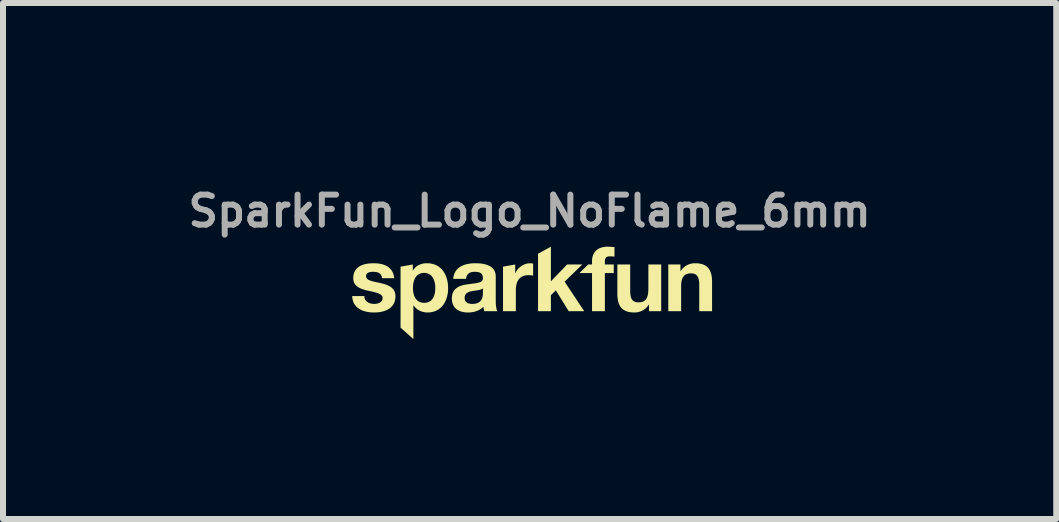
<source format=kicad_pcb>
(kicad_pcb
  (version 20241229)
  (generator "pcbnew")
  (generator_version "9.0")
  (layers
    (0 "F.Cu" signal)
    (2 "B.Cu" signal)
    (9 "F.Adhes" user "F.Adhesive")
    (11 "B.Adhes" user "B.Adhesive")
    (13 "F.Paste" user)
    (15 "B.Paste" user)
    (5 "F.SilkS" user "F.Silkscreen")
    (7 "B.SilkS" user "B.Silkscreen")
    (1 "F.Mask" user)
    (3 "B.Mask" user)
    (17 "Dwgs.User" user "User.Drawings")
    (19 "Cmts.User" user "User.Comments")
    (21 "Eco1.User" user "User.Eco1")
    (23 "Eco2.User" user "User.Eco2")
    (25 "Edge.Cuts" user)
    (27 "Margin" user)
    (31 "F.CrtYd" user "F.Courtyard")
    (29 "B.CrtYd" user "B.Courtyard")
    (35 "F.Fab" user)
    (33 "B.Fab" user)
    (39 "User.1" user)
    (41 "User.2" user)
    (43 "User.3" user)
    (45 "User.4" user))
  (footprint "SparkFun_Logo_NoFlame_6mm"
    (layer "F.Cu")
    (at 5.779 1.738)
    (property "Reference" "SparkFun_Logo_NoFlame_6mm" (at 0 -1.27 0) (layer "F.Fab") (effects (font (size 0.5 0.5) (thickness 0.1))))
    (attr board_only exclude_from_pos_files exclude_from_bom)
    (fp_poly (pts (xy 0.354 -0.099) (xy 0.624 -0.379) (xy 0.877 -0.379) (xy 0.583 -0.093) (xy 0.91 0.4) (xy 0.651 0.4) (xy 0.437 0.052) (xy 0.354 0.132) (xy 0.354 0.4) (xy 0.14 0.4) (xy 0.14 -0.559) (xy 0.354 -0.676)) (stroke (width 0) (type solid)) (fill yes) (layer "F.SilkS"))
    (fp_poly (pts (xy 0.014 -0.4) (xy 0.017 -0.4) (xy 0.02 -0.4) (xy 0.023 -0.4) (xy 0.029 -0.399) (xy 0.035 -0.398) (xy 0.041 -0.397) (xy 0.046 -0.396) (xy 0.052 -0.394) (xy 0.058 -0.393) (xy 0.058 -0.194) (xy 0.05 -0.195) (xy 0.041 -0.197) (xy 0.031 -0.198) (xy 0.021 -0.199) (xy 0.011 -0.2) (xy 0.001 -0.201) (xy -0.009 -0.201) (xy -0.019 -0.201) (xy -0.034 -0.201) (xy -0.048 -0.2) (xy -0.061 -0.198) (xy -0.074 -0.196) (xy -0.086 -0.193) (xy -0.097 -0.19) (xy -0.108 -0.186) (xy -0.119 -0.182) (xy -0.129 -0.177) (xy -0.138 -0.171) (xy -0.147 -0.165) (xy -0.156 -0.159) (xy -0.163 -0.152) (xy -0.171 -0.144) (xy -0.178 -0.136) (xy -0.184 -0.128) (xy -0.19 -0.119) (xy -0.195 -0.11) (xy -0.201 -0.101) (xy -0.205 -0.091) (xy -0.209 -0.081) (xy -0.213 -0.071) (xy -0.216 -0.06) (xy -0.219 -0.049) (xy -0.222 -0.037) (xy -0.224 -0.026) (xy -0.228 -0.002) (xy -0.23 0.023) (xy -0.23 0.049) (xy -0.23 0.4) (xy -0.444 0.4) (xy -0.444 -0.343) (xy -0.241 -0.379) (xy -0.241 -0.234) (xy -0.238 -0.234) (xy -0.234 -0.243) (xy -0.229 -0.252) (xy -0.225 -0.261) (xy -0.22 -0.27) (xy -0.214 -0.278) (xy -0.209 -0.286) (xy -0.203 -0.294) (xy -0.197 -0.302) (xy -0.19 -0.309) (xy -0.184 -0.316) (xy -0.177 -0.323) (xy -0.169 -0.33) (xy -0.162 -0.336) (xy -0.154 -0.342) (xy -0.146 -0.348) (xy -0.138 -0.354) (xy -0.13 -0.359) (xy -0.122 -0.364) (xy -0.113 -0.369) (xy -0.104 -0.374) (xy -0.095 -0.378) (xy -0.086 -0.381) (xy -0.077 -0.385) (xy -0.067 -0.388) (xy -0.058 -0.391) (xy -0.048 -0.393) (xy -0.039 -0.395) (xy -0.029 -0.397) (xy -0.019 -0.398) (xy -0.009 -0.399) (xy 0.001 -0.4) (xy 0.011 -0.4)) (stroke (width 0) (type solid)) (fill yes) (layer "F.SilkS"))
    (fp_poly (pts (xy 1.315 -0.676) (xy 1.329 -0.675) (xy 1.344 -0.674) (xy 1.358 -0.673) (xy 1.386 -0.671) (xy 1.4 -0.67) (xy 1.414 -0.67) (xy 1.414 -0.51) (xy 1.404 -0.511) (xy 1.394 -0.512) (xy 1.385 -0.513) (xy 1.375 -0.514) (xy 1.365 -0.514) (xy 1.355 -0.514) (xy 1.345 -0.515) (xy 1.336 -0.515) (xy 1.325 -0.514) (xy 1.32 -0.514) (xy 1.315 -0.513) (xy 1.311 -0.513) (xy 1.306 -0.512) (xy 1.302 -0.511) (xy 1.298 -0.51) (xy 1.294 -0.509) (xy 1.291 -0.507) (xy 1.287 -0.505) (xy 1.284 -0.504) (xy 1.281 -0.502) (xy 1.278 -0.499) (xy 1.275 -0.497) (xy 1.273 -0.494) (xy 1.27 -0.492) (xy 1.268 -0.489) (xy 1.266 -0.486) (xy 1.264 -0.482) (xy 1.263 -0.479) (xy 1.261 -0.475) (xy 1.26 -0.471) (xy 1.259 -0.467) (xy 1.257 -0.463) (xy 1.257 -0.458) (xy 1.256 -0.453) (xy 1.255 -0.448) (xy 1.254 -0.437) (xy 1.254 -0.426) (xy 1.254 -0.379) (xy 1.402 -0.379) (xy 1.402 -0.236) (xy 1.254 -0.236) (xy 1.254 0.4) (xy 1.04 0.4) (xy 1.04 -0.236) (xy 0.829 -0.236) (xy 0.975 -0.379) (xy 1.04 -0.379) (xy 1.04 -0.439) (xy 1.04 -0.452) (xy 1.041 -0.465) (xy 1.042 -0.477) (xy 1.044 -0.489) (xy 1.046 -0.501) (xy 1.049 -0.513) (xy 1.053 -0.524) (xy 1.056 -0.535) (xy 1.061 -0.545) (xy 1.065 -0.556) (xy 1.071 -0.565) (xy 1.077 -0.575) (xy 1.083 -0.584) (xy 1.09 -0.593) (xy 1.097 -0.601) (xy 1.105 -0.61) (xy 1.113 -0.617) (xy 1.122 -0.624) (xy 1.132 -0.631) (xy 1.142 -0.638) (xy 1.152 -0.643) (xy 1.163 -0.649) (xy 1.174 -0.654) (xy 1.186 -0.658) (xy 1.199 -0.662) (xy 1.212 -0.666) (xy 1.225 -0.669) (xy 1.239 -0.671) (xy 1.254 -0.673) (xy 1.269 -0.675) (xy 1.285 -0.676) (xy 1.301 -0.676)) (stroke (width 0) (type solid)) (fill yes) (layer "F.SilkS"))
    (fp_poly (pts (xy 1.676 0.061) (xy 1.676 0.084) (xy 1.678 0.106) (xy 1.68 0.126) (xy 1.683 0.145) (xy 1.687 0.162) (xy 1.693 0.178) (xy 1.696 0.185) (xy 1.699 0.192) (xy 1.703 0.198) (xy 1.706 0.205) (xy 1.711 0.21) (xy 1.715 0.216) (xy 1.72 0.221) (xy 1.725 0.225) (xy 1.731 0.23) (xy 1.736 0.234) (xy 1.742 0.237) (xy 1.749 0.24) (xy 1.756 0.243) (xy 1.763 0.245) (xy 1.77 0.248) (xy 1.778 0.249) (xy 1.786 0.25) (xy 1.795 0.251) (xy 1.804 0.252) (xy 1.813 0.252) (xy 1.823 0.252) (xy 1.834 0.251) (xy 1.844 0.25) (xy 1.853 0.249) (xy 1.862 0.247) (xy 1.871 0.245) (xy 1.88 0.243) (xy 1.888 0.24) (xy 1.895 0.236) (xy 1.903 0.232) (xy 1.91 0.228) (xy 1.916 0.223) (xy 1.923 0.218) (xy 1.928 0.213) (xy 1.934 0.207) (xy 1.939 0.2) (xy 1.944 0.193) (xy 1.949 0.186) (xy 1.953 0.178) (xy 1.957 0.169) (xy 1.96 0.16) (xy 1.963 0.151) (xy 1.966 0.141) (xy 1.969 0.131) (xy 1.971 0.12) (xy 1.973 0.109) (xy 1.975 0.097) (xy 1.976 0.084) (xy 1.977 0.071) (xy 1.978 0.058) (xy 1.979 0.029) (xy 1.979 -0.379) (xy 2.193 -0.379) (xy 2.193 0.4) (xy 1.989 0.4) (xy 1.989 0.291) (xy 1.985 0.291) (xy 1.979 0.3) (xy 1.974 0.307) (xy 1.968 0.315) (xy 1.962 0.322) (xy 1.956 0.33) (xy 1.95 0.336) (xy 1.944 0.343) (xy 1.937 0.349) (xy 1.93 0.355) (xy 1.924 0.361) (xy 1.916 0.366) (xy 1.909 0.371) (xy 1.894 0.381) (xy 1.879 0.389) (xy 1.863 0.397) (xy 1.847 0.403) (xy 1.831 0.409) (xy 1.814 0.413) (xy 1.797 0.417) (xy 1.78 0.419) (xy 1.763 0.42) (xy 1.746 0.421) (xy 1.726 0.421) (xy 1.706 0.419) (xy 1.687 0.418) (xy 1.669 0.415) (xy 1.652 0.412) (xy 1.636 0.408) (xy 1.62 0.403) (xy 1.606 0.398) (xy 1.592 0.392) (xy 1.58 0.385) (xy 1.568 0.378) (xy 1.556 0.37) (xy 1.546 0.362) (xy 1.536 0.353) (xy 1.527 0.343) (xy 1.519 0.333) (xy 1.511 0.322) (xy 1.504 0.311) (xy 1.498 0.299) (xy 1.492 0.286) (xy 1.487 0.273) (xy 1.482 0.26) (xy 1.478 0.246) (xy 1.474 0.232) (xy 1.469 0.201) (xy 1.465 0.169) (xy 1.462 0.136) (xy 1.462 0.1) (xy 1.462 -0.379) (xy 1.676 -0.379)) (stroke (width 0) (type solid)) (fill yes) (layer "F.SilkS"))
    (fp_poly (pts (xy 2.777 -0.4) (xy 2.797 -0.399) (xy 2.816 -0.397) (xy 2.834 -0.394) (xy 2.851 -0.391) (xy 2.867 -0.387) (xy 2.883 -0.382) (xy 2.897 -0.377) (xy 2.911 -0.371) (xy 2.923 -0.364) (xy 2.935 -0.357) (xy 2.947 -0.349) (xy 2.957 -0.341) (xy 2.967 -0.332) (xy 2.976 -0.322) (xy 2.984 -0.312) (xy 2.992 -0.301) (xy 2.999 -0.29) (xy 3.005 -0.278) (xy 3.011 -0.265) (xy 3.016 -0.253) (xy 3.021 -0.239) (xy 3.025 -0.225) (xy 3.029 -0.211) (xy 3.035 -0.18) (xy 3.038 -0.148) (xy 3.041 -0.115) (xy 3.041 -0.079) (xy 3.041 0.4) (xy 2.827 0.4) (xy 2.827 -0.04) (xy 2.827 -0.063) (xy 2.826 -0.085) (xy 2.823 -0.105) (xy 2.82 -0.124) (xy 2.816 -0.141) (xy 2.811 -0.157) (xy 2.808 -0.164) (xy 2.804 -0.171) (xy 2.801 -0.178) (xy 2.797 -0.184) (xy 2.792 -0.189) (xy 2.788 -0.195) (xy 2.783 -0.2) (xy 2.778 -0.205) (xy 2.773 -0.209) (xy 2.767 -0.213) (xy 2.761 -0.216) (xy 2.754 -0.219) (xy 2.747 -0.222) (xy 2.74 -0.225) (xy 2.733 -0.227) (xy 2.725 -0.228) (xy 2.717 -0.23) (xy 2.708 -0.231) (xy 2.7 -0.231) (xy 2.69 -0.231) (xy 2.68 -0.231) (xy 2.669 -0.231) (xy 2.659 -0.23) (xy 2.65 -0.228) (xy 2.641 -0.227) (xy 2.632 -0.224) (xy 2.624 -0.222) (xy 2.615 -0.219) (xy 2.608 -0.215) (xy 2.6 -0.212) (xy 2.594 -0.207) (xy 2.587 -0.203) (xy 2.581 -0.197) (xy 2.575 -0.192) (xy 2.569 -0.186) (xy 2.564 -0.179) (xy 2.559 -0.172) (xy 2.555 -0.165) (xy 2.55 -0.157) (xy 2.547 -0.148) (xy 2.543 -0.14) (xy 2.54 -0.13) (xy 2.537 -0.12) (xy 2.534 -0.11) (xy 2.532 -0.099) (xy 2.53 -0.088) (xy 2.528 -0.076) (xy 2.527 -0.063) (xy 2.526 -0.05) (xy 2.525 -0.037) (xy 2.525 -0.008) (xy 2.525 0.4) (xy 2.311 0.4) (xy 2.311 -0.379) (xy 2.514 -0.379) (xy 2.514 -0.271) (xy 2.519 -0.271) (xy 2.524 -0.279) (xy 2.529 -0.287) (xy 2.535 -0.294) (xy 2.541 -0.302) (xy 2.547 -0.309) (xy 2.553 -0.315) (xy 2.559 -0.322) (xy 2.566 -0.328) (xy 2.573 -0.334) (xy 2.58 -0.34) (xy 2.587 -0.345) (xy 2.594 -0.351) (xy 2.609 -0.36) (xy 2.624 -0.369) (xy 2.64 -0.376) (xy 2.656 -0.382) (xy 2.672 -0.388) (xy 2.689 -0.392) (xy 2.706 -0.396) (xy 2.723 -0.398) (xy 2.74 -0.4) (xy 2.757 -0.4)) (stroke (width 0) (type solid)) (fill yes) (layer "F.SilkS"))
    (fp_poly (pts (xy -1.691 -0.399) (xy -1.669 -0.398) (xy -1.648 -0.395) (xy -1.628 -0.391) (xy -1.608 -0.386) (xy -1.59 -0.38) (xy -1.572 -0.374) (xy -1.555 -0.366) (xy -1.538 -0.357) (xy -1.523 -0.348) (xy -1.508 -0.337) (xy -1.494 -0.326) (xy -1.48 -0.314) (xy -1.468 -0.301) (xy -1.456 -0.288) (xy -1.445 -0.274) (xy -1.434 -0.259) (xy -1.424 -0.244) (xy -1.415 -0.228) (xy -1.407 -0.211) (xy -1.399 -0.194) (xy -1.392 -0.177) (xy -1.386 -0.159) (xy -1.38 -0.14) (xy -1.375 -0.121) (xy -1.371 -0.102) (xy -1.364 -0.063) (xy -1.36 -0.023) (xy -1.359 0.019) (xy -1.36 0.057) (xy -1.364 0.096) (xy -1.371 0.133) (xy -1.38 0.169) (xy -1.392 0.204) (xy -1.407 0.237) (xy -1.415 0.253) (xy -1.424 0.269) (xy -1.434 0.284) (xy -1.444 0.298) (xy -1.455 0.312) (xy -1.467 0.325) (xy -1.479 0.337) (xy -1.492 0.349) (xy -1.506 0.359) (xy -1.52 0.37) (xy -1.535 0.379) (xy -1.551 0.387) (xy -1.567 0.395) (xy -1.584 0.402) (xy -1.602 0.407) (xy -1.621 0.412) (xy -1.64 0.416) (xy -1.66 0.419) (xy -1.68 0.42) (xy -1.701 0.421) (xy -1.719 0.42) (xy -1.736 0.419) (xy -1.753 0.417) (xy -1.77 0.413) (xy -1.787 0.409) (xy -1.803 0.404) (xy -1.818 0.398) (xy -1.834 0.391) (xy -1.848 0.383) (xy -1.863 0.374) (xy -1.876 0.365) (xy -1.889 0.354) (xy -1.902 0.343) (xy -1.913 0.331) (xy -1.924 0.318) (xy -1.935 0.304) (xy -1.938 0.304) (xy -1.938 0.864) (xy -2.152 0.674) (xy -2.152 0.013) (xy -1.945 0.013) (xy -1.945 0.036) (xy -1.943 0.06) (xy -1.94 0.082) (xy -1.935 0.105) (xy -1.93 0.126) (xy -1.923 0.146) (xy -1.914 0.166) (xy -1.909 0.175) (xy -1.904 0.184) (xy -1.898 0.192) (xy -1.892 0.2) (xy -1.885 0.208) (xy -1.878 0.215) (xy -1.871 0.222) (xy -1.863 0.228) (xy -1.855 0.234) (xy -1.846 0.239) (xy -1.837 0.244) (xy -1.827 0.248) (xy -1.817 0.251) (xy -1.806 0.254) (xy -1.795 0.257) (xy -1.783 0.258) (xy -1.771 0.259) (xy -1.758 0.26) (xy -1.745 0.259) (xy -1.733 0.258) (xy -1.721 0.257) (xy -1.71 0.254) (xy -1.699 0.251) (xy -1.689 0.248) (xy -1.679 0.244) (xy -1.67 0.239) (xy -1.662 0.234) (xy -1.653 0.228) (xy -1.645 0.222) (xy -1.638 0.215) (xy -1.631 0.208) (xy -1.625 0.2) (xy -1.619 0.192) (xy -1.613 0.184) (xy -1.608 0.175) (xy -1.603 0.166) (xy -1.599 0.156) (xy -1.595 0.146) (xy -1.591 0.136) (xy -1.588 0.126) (xy -1.585 0.115) (xy -1.582 0.105) (xy -1.578 0.082) (xy -1.575 0.06) (xy -1.574 0.036) (xy -1.573 0.013) (xy -1.574 -0.011) (xy -1.575 -0.034) (xy -1.579 -0.057) (xy -1.583 -0.079) (xy -1.589 -0.101) (xy -1.596 -0.122) (xy -1.605 -0.142) (xy -1.61 -0.151) (xy -1.615 -0.16) (xy -1.621 -0.169) (xy -1.627 -0.177) (xy -1.633 -0.185) (xy -1.64 -0.192) (xy -1.648 -0.199) (xy -1.656 -0.206) (xy -1.664 -0.212) (xy -1.673 -0.217) (xy -1.682 -0.222) (xy -1.692 -0.226) (xy -1.702 -0.23) (xy -1.712 -0.233) (xy -1.724 -0.236) (xy -1.735 -0.237) (xy -1.747 -0.239) (xy -1.76 -0.239) (xy -1.773 -0.239) (xy -1.785 -0.237) (xy -1.797 -0.236) (xy -1.808 -0.233) (xy -1.819 -0.23) (xy -1.829 -0.227) (xy -1.839 -0.222) (xy -1.848 -0.217) (xy -1.857 -0.212) (xy -1.865 -0.206) (xy -1.873 -0.2) (xy -1.88 -0.193) (xy -1.887 -0.185) (xy -1.893 -0.177) (xy -1.899 -0.169) (xy -1.905 -0.161) (xy -1.91 -0.152) (xy -1.915 -0.142) (xy -1.919 -0.132) (xy -1.923 -0.122) (xy -1.927 -0.112) (xy -1.93 -0.102) (xy -1.933 -0.091) (xy -1.936 -0.08) (xy -1.94 -0.057) (xy -1.943 -0.034) (xy -1.945 -0.011) (xy -1.945 0.013) (xy -2.152 0.013) (xy -2.152 -0.343) (xy -1.948 -0.379) (xy -1.948 -0.28) (xy -1.945 -0.28) (xy -1.94 -0.287) (xy -1.935 -0.295) (xy -1.93 -0.302) (xy -1.924 -0.309) (xy -1.918 -0.316) (xy -1.912 -0.322) (xy -1.906 -0.328) (xy -1.9 -0.334) (xy -1.894 -0.34) (xy -1.887 -0.345) (xy -1.881 -0.35) (xy -1.874 -0.355) (xy -1.867 -0.359) (xy -1.86 -0.364) (xy -1.853 -0.368) (xy -1.845 -0.371) (xy -1.838 -0.375) (xy -1.83 -0.378) (xy -1.815 -0.384) (xy -1.799 -0.389) (xy -1.783 -0.393) (xy -1.766 -0.396) (xy -1.749 -0.398) (xy -1.731 -0.4) (xy -1.713 -0.4)) (stroke (width 0) (type solid)) (fill yes) (layer "F.SilkS"))
    (fp_poly (pts (xy -0.878 -0.4) (xy -0.848 -0.398) (xy -0.818 -0.396) (xy -0.788 -0.392) (xy -0.759 -0.386) (xy -0.731 -0.379) (xy -0.704 -0.37) (xy -0.678 -0.359) (xy -0.666 -0.353) (xy -0.654 -0.346) (xy -0.643 -0.339) (xy -0.633 -0.331) (xy -0.623 -0.322) (xy -0.613 -0.313) (xy -0.605 -0.303) (xy -0.597 -0.292) (xy -0.59 -0.281) (xy -0.584 -0.268) (xy -0.578 -0.256) (xy -0.574 -0.242) (xy -0.57 -0.227) (xy -0.567 -0.212) (xy -0.566 -0.196) (xy -0.565 -0.179) (xy -0.565 0.227) (xy -0.565 0.253) (xy -0.564 0.279) (xy -0.562 0.304) (xy -0.559 0.328) (xy -0.557 0.339) (xy -0.555 0.35) (xy -0.553 0.36) (xy -0.551 0.369) (xy -0.548 0.378) (xy -0.545 0.386) (xy -0.542 0.394) (xy -0.538 0.4) (xy -0.755 0.4) (xy -0.758 0.391) (xy -0.76 0.382) (xy -0.763 0.372) (xy -0.765 0.363) (xy -0.767 0.353) (xy -0.768 0.344) (xy -0.77 0.334) (xy -0.77 0.325) (xy -0.783 0.337) (xy -0.797 0.349) (xy -0.811 0.36) (xy -0.826 0.37) (xy -0.842 0.378) (xy -0.858 0.386) (xy -0.874 0.393) (xy -0.891 0.399) (xy -0.908 0.405) (xy -0.925 0.409) (xy -0.943 0.413) (xy -0.96 0.416) (xy -0.978 0.418) (xy -0.996 0.42) (xy -1.014 0.421) (xy -1.032 0.421) (xy -1.06 0.42) (xy -1.087 0.417) (xy -1.112 0.413) (xy -1.137 0.407) (xy -1.149 0.403) (xy -1.16 0.399) (xy -1.171 0.394) (xy -1.182 0.389) (xy -1.192 0.384) (xy -1.202 0.378) (xy -1.212 0.371) (xy -1.221 0.364) (xy -1.23 0.357) (xy -1.238 0.349) (xy -1.246 0.34) (xy -1.253 0.332) (xy -1.26 0.322) (xy -1.266 0.312) (xy -1.272 0.302) (xy -1.277 0.291) (xy -1.282 0.28) (xy -1.286 0.268) (xy -1.289 0.256) (xy -1.292 0.243) (xy -1.294 0.23) (xy -1.296 0.216) (xy -1.297 0.202) (xy -1.297 0.187) (xy -1.297 0.178) (xy -1.084 0.178) (xy -1.084 0.186) (xy -1.083 0.192) (xy -1.082 0.199) (xy -1.081 0.205) (xy -1.079 0.211) (xy -1.078 0.217) (xy -1.075 0.222) (xy -1.073 0.227) (xy -1.07 0.232) (xy -1.067 0.236) (xy -1.064 0.24) (xy -1.06 0.244) (xy -1.057 0.248) (xy -1.053 0.251) (xy -1.049 0.255) (xy -1.044 0.258) (xy -1.039 0.26) (xy -1.035 0.263) (xy -1.03 0.265) (xy -1.024 0.267) (xy -1.019 0.269) (xy -1.014 0.271) (xy -1.008 0.272) (xy -1.002 0.273) (xy -0.99 0.275) (xy -0.978 0.277) (xy -0.965 0.278) (xy -0.952 0.278) (xy -0.937 0.277) (xy -0.923 0.276) (xy -0.91 0.275) (xy -0.897 0.272) (xy -0.885 0.269) (xy -0.874 0.265) (xy -0.864 0.261) (xy -0.855 0.257) (xy -0.846 0.252) (xy -0.838 0.246) (xy -0.831 0.24) (xy -0.824 0.234) (xy -0.818 0.227) (xy -0.813 0.221) (xy -0.808 0.213) (xy -0.803 0.206) (xy -0.799 0.199) (xy -0.796 0.192) (xy -0.793 0.184) (xy -0.79 0.176) (xy -0.786 0.162) (xy -0.783 0.147) (xy -0.781 0.133) (xy -0.78 0.12) (xy -0.779 0.099) (xy -0.779 0.019) (xy -0.783 0.022) (xy -0.787 0.024) (xy -0.79 0.027) (xy -0.795 0.029) (xy -0.803 0.034) (xy -0.813 0.037) (xy -0.823 0.041) (xy -0.834 0.044) (xy -0.845 0.046) (xy -0.857 0.049) (xy -0.957 0.064) (xy -0.969 0.066) (xy -0.982 0.069) (xy -0.993 0.072) (xy -1.005 0.076) (xy -1.016 0.08) (xy -1.026 0.085) (xy -1.036 0.09) (xy -1.041 0.093) (xy -1.045 0.096) (xy -1.05 0.1) (xy -1.054 0.103) (xy -1.057 0.107) (xy -1.061 0.111) (xy -1.065 0.115) (xy -1.068 0.12) (xy -1.071 0.124) (xy -1.073 0.129) (xy -1.076 0.134) (xy -1.078 0.14) (xy -1.079 0.146) (xy -1.081 0.152) (xy -1.082 0.158) (xy -1.083 0.164) (xy -1.084 0.171) (xy -1.084 0.178) (xy -1.297 0.178) (xy -1.296 0.156) (xy -1.291 0.127) (xy -1.284 0.101) (xy -1.274 0.078) (xy -1.262 0.058) (xy -1.248 0.04) (xy -1.232 0.024) (xy -1.214 0.01) (xy -1.195 -0.002) (xy -1.174 -0.013) (xy -1.153 -0.022) (xy -1.13 -0.029) (xy -1.107 -0.036) (xy -1.083 -0.041) (xy -1.034 -0.049) (xy -0.939 -0.061) (xy -0.895 -0.067) (xy -0.856 -0.075) (xy -0.839 -0.08) (xy -0.824 -0.086) (xy -0.81 -0.093) (xy -0.799 -0.101) (xy -0.79 -0.111) (xy -0.784 -0.123) (xy -0.78 -0.136) (xy -0.779 -0.151) (xy -0.779 -0.16) (xy -0.78 -0.168) (xy -0.781 -0.175) (xy -0.782 -0.182) (xy -0.784 -0.189) (xy -0.786 -0.195) (xy -0.788 -0.201) (xy -0.79 -0.206) (xy -0.793 -0.211) (xy -0.796 -0.216) (xy -0.8 -0.22) (xy -0.803 -0.225) (xy -0.807 -0.228) (xy -0.811 -0.232) (xy -0.816 -0.235) (xy -0.82 -0.238) (xy -0.825 -0.241) (xy -0.83 -0.243) (xy -0.836 -0.246) (xy -0.841 -0.247) (xy -0.847 -0.249) (xy -0.852 -0.251) (xy -0.858 -0.252) (xy -0.864 -0.253) (xy -0.877 -0.255) (xy -0.89 -0.256) (xy -0.904 -0.257) (xy -0.918 -0.257) (xy -0.933 -0.257) (xy -0.947 -0.255) (xy -0.961 -0.253) (xy -0.974 -0.251) (xy -0.98 -0.249) (xy -0.986 -0.247) (xy -0.992 -0.245) (xy -0.997 -0.242) (xy -1.002 -0.239) (xy -1.007 -0.236) (xy -1.012 -0.233) (xy -1.017 -0.23) (xy -1.021 -0.226) (xy -1.026 -0.222) (xy -1.029 -0.218) (xy -1.033 -0.214) (xy -1.037 -0.209) (xy -1.04 -0.204) (xy -1.043 -0.199) (xy -1.046 -0.193) (xy -1.048 -0.188) (xy -1.051 -0.182) (xy -1.053 -0.175) (xy -1.055 -0.169) (xy -1.056 -0.162) (xy -1.058 -0.155) (xy -1.059 -0.147) (xy -1.06 -0.139) (xy -1.274 -0.139) (xy -1.272 -0.158) (xy -1.269 -0.175) (xy -1.266 -0.192) (xy -1.261 -0.208) (xy -1.256 -0.223) (xy -1.25 -0.237) (xy -1.243 -0.251) (xy -1.236 -0.264) (xy -1.227 -0.276) (xy -1.218 -0.288) (xy -1.209 -0.299) (xy -1.198 -0.309) (xy -1.188 -0.319) (xy -1.176 -0.328) (xy -1.164 -0.336) (xy -1.151 -0.344) (xy -1.138 -0.352) (xy -1.125 -0.358) (xy -1.111 -0.364) (xy -1.097 -0.37) (xy -1.082 -0.375) (xy -1.067 -0.38) (xy -1.052 -0.384) (xy -1.037 -0.387) (xy -1.005 -0.393) (xy -0.973 -0.397) (xy -0.94 -0.399) (xy -0.907 -0.4)) (stroke (width 0) (type solid)) (fill yes) (layer "F.SilkS"))
    (fp_poly (pts (xy -2.57 -0.399) (xy -2.539 -0.397) (xy -2.509 -0.394) (xy -2.479 -0.388) (xy -2.451 -0.381) (xy -2.423 -0.372) (xy -2.397 -0.361) (xy -2.385 -0.354) (xy -2.373 -0.348) (xy -2.361 -0.34) (xy -2.35 -0.332) (xy -2.34 -0.323) (xy -2.33 -0.314) (xy -2.32 -0.304) (xy -2.311 -0.294) (xy -2.303 -0.283) (xy -2.295 -0.271) (xy -2.288 -0.259) (xy -2.282 -0.245) (xy -2.276 -0.232) (xy -2.271 -0.217) (xy -2.266 -0.202) (xy -2.263 -0.186) (xy -2.26 -0.169) (xy -2.258 -0.151) (xy -2.461 -0.151) (xy -2.462 -0.159) (xy -2.463 -0.166) (xy -2.465 -0.173) (xy -2.466 -0.18) (xy -2.468 -0.186) (xy -2.471 -0.192) (xy -2.473 -0.198) (xy -2.476 -0.203) (xy -2.479 -0.208) (xy -2.483 -0.213) (xy -2.486 -0.217) (xy -2.49 -0.221) (xy -2.494 -0.225) (xy -2.499 -0.229) (xy -2.503 -0.232) (xy -2.508 -0.235) (xy -2.513 -0.238) (xy -2.518 -0.241) (xy -2.524 -0.243) (xy -2.529 -0.246) (xy -2.535 -0.247) (xy -2.541 -0.249) (xy -2.547 -0.251) (xy -2.553 -0.252) (xy -2.566 -0.254) (xy -2.58 -0.256) (xy -2.593 -0.257) (xy -2.608 -0.257) (xy -2.617 -0.257) (xy -2.627 -0.257) (xy -2.637 -0.256) (xy -2.647 -0.255) (xy -2.657 -0.253) (xy -2.667 -0.251) (xy -2.676 -0.249) (xy -2.685 -0.245) (xy -2.69 -0.243) (xy -2.694 -0.241) (xy -2.698 -0.239) (xy -2.702 -0.236) (xy -2.705 -0.233) (xy -2.709 -0.23) (xy -2.712 -0.227) (xy -2.715 -0.223) (xy -2.718 -0.219) (xy -2.72 -0.215) (xy -2.722 -0.211) (xy -2.724 -0.206) (xy -2.725 -0.201) (xy -2.726 -0.196) (xy -2.727 -0.19) (xy -2.727 -0.185) (xy -2.726 -0.178) (xy -2.725 -0.171) (xy -2.724 -0.165) (xy -2.721 -0.159) (xy -2.718 -0.153) (xy -2.715 -0.148) (xy -2.711 -0.143) (xy -2.706 -0.138) (xy -2.701 -0.134) (xy -2.695 -0.129) (xy -2.689 -0.125) (xy -2.682 -0.122) (xy -2.675 -0.118) (xy -2.667 -0.115) (xy -2.659 -0.112) (xy -2.651 -0.109) (xy -2.633 -0.103) (xy -2.614 -0.098) (xy -2.594 -0.093) (xy -2.573 -0.088) (xy -2.529 -0.079) (xy -2.507 -0.074) (xy -2.484 -0.069) (xy -2.461 -0.063) (xy -2.438 -0.057) (xy -2.415 -0.05) (xy -2.393 -0.043) (xy -2.371 -0.034) (xy -2.351 -0.025) (xy -2.332 -0.015) (xy -2.314 -0.003) (xy -2.305 0.003) (xy -2.297 0.01) (xy -2.29 0.017) (xy -2.282 0.025) (xy -2.275 0.033) (xy -2.269 0.041) (xy -2.263 0.05) (xy -2.258 0.059) (xy -2.253 0.068) (xy -2.249 0.078) (xy -2.246 0.089) (xy -2.243 0.1) (xy -2.24 0.112) (xy -2.238 0.124) (xy -2.237 0.137) (xy -2.237 0.15) (xy -2.238 0.169) (xy -2.239 0.187) (xy -2.242 0.204) (xy -2.245 0.22) (xy -2.249 0.236) (xy -2.255 0.251) (xy -2.261 0.265) (xy -2.268 0.279) (xy -2.276 0.291) (xy -2.284 0.304) (xy -2.293 0.315) (xy -2.303 0.326) (xy -2.314 0.336) (xy -2.325 0.345) (xy -2.336 0.354) (xy -2.349 0.362) (xy -2.362 0.37) (xy -2.375 0.377) (xy -2.389 0.383) (xy -2.403 0.389) (xy -2.417 0.395) (xy -2.432 0.399) (xy -2.447 0.404) (xy -2.463 0.407) (xy -2.494 0.414) (xy -2.527 0.418) (xy -2.56 0.42) (xy -2.593 0.421) (xy -2.626 0.42) (xy -2.66 0.418) (xy -2.693 0.413) (xy -2.725 0.407) (xy -2.756 0.399) (xy -2.786 0.389) (xy -2.814 0.376) (xy -2.828 0.369) (xy -2.841 0.361) (xy -2.853 0.353) (xy -2.865 0.344) (xy -2.876 0.334) (xy -2.887 0.324) (xy -2.897 0.313) (xy -2.907 0.302) (xy -2.916 0.29) (xy -2.924 0.277) (xy -2.931 0.263) (xy -2.938 0.249) (xy -2.943 0.234) (xy -2.948 0.218) (xy -2.952 0.201) (xy -2.955 0.184) (xy -2.957 0.166) (xy -2.959 0.147) (xy -2.755 0.147) (xy -2.755 0.155) (xy -2.754 0.163) (xy -2.753 0.171) (xy -2.752 0.179) (xy -2.75 0.186) (xy -2.747 0.193) (xy -2.745 0.2) (xy -2.741 0.206) (xy -2.738 0.212) (xy -2.734 0.218) (xy -2.73 0.223) (xy -2.725 0.229) (xy -2.72 0.234) (xy -2.715 0.238) (xy -2.71 0.243) (xy -2.704 0.247) (xy -2.698 0.251) (xy -2.692 0.254) (xy -2.686 0.258) (xy -2.679 0.261) (xy -2.673 0.263) (xy -2.666 0.266) (xy -2.659 0.268) (xy -2.652 0.27) (xy -2.644 0.272) (xy -2.637 0.274) (xy -2.622 0.276) (xy -2.607 0.277) (xy -2.591 0.278) (xy -2.58 0.278) (xy -2.568 0.277) (xy -2.556 0.275) (xy -2.544 0.273) (xy -2.532 0.27) (xy -2.52 0.266) (xy -2.509 0.262) (xy -2.498 0.256) (xy -2.493 0.253) (xy -2.489 0.25) (xy -2.484 0.247) (xy -2.479 0.243) (xy -2.475 0.239) (xy -2.471 0.235) (xy -2.468 0.231) (xy -2.464 0.226) (xy -2.461 0.221) (xy -2.459 0.216) (xy -2.456 0.21) (xy -2.455 0.204) (xy -2.453 0.198) (xy -2.452 0.192) (xy -2.451 0.185) (xy -2.451 0.179) (xy -2.451 0.173) (xy -2.452 0.167) (xy -2.453 0.161) (xy -2.455 0.156) (xy -2.457 0.151) (xy -2.46 0.146) (xy -2.464 0.141) (xy -2.467 0.137) (xy -2.472 0.132) (xy -2.477 0.128) (xy -2.482 0.124) (xy -2.488 0.12) (xy -2.494 0.116) (xy -2.5 0.113) (xy -2.508 0.109) (xy -2.515 0.106) (xy -2.523 0.102) (xy -2.532 0.099) (xy -2.541 0.096) (xy -2.55 0.093) (xy -2.57 0.087) (xy -2.591 0.081) (xy -2.615 0.075) (xy -2.639 0.07) (xy -2.666 0.064) (xy -2.694 0.058) (xy -2.74 0.047) (xy -2.763 0.04) (xy -2.785 0.033) (xy -2.806 0.025) (xy -2.827 0.016) (xy -2.846 0.006) (xy -2.864 -0.005) (xy -2.872 -0.011) (xy -2.881 -0.017) (xy -2.888 -0.024) (xy -2.895 -0.031) (xy -2.902 -0.038) (xy -2.908 -0.046) (xy -2.914 -0.054) (xy -2.92 -0.063) (xy -2.924 -0.072) (xy -2.929 -0.082) (xy -2.932 -0.092) (xy -2.935 -0.102) (xy -2.937 -0.113) (xy -2.939 -0.125) (xy -2.94 -0.137) (xy -2.941 -0.15) (xy -2.94 -0.168) (xy -2.939 -0.186) (xy -2.936 -0.202) (xy -2.933 -0.218) (xy -2.929 -0.233) (xy -2.924 -0.247) (xy -2.918 -0.26) (xy -2.911 -0.273) (xy -2.904 -0.285) (xy -2.896 -0.296) (xy -2.887 -0.307) (xy -2.877 -0.316) (xy -2.867 -0.326) (xy -2.857 -0.334) (xy -2.846 -0.342) (xy -2.834 -0.35) (xy -2.822 -0.356) (xy -2.809 -0.363) (xy -2.796 -0.368) (xy -2.782 -0.373) (xy -2.769 -0.378) (xy -2.754 -0.382) (xy -2.74 -0.386) (xy -2.725 -0.389) (xy -2.695 -0.394) (xy -2.664 -0.397) (xy -2.633 -0.399) (xy -2.602 -0.4)) (stroke (width 0) (type solid)) (fill yes) (layer "F.SilkS")))
  (gr_rect
    (start -3 -3)
    (end 14.557 5.602)
    (stroke (width 0.1) (type default))
    (fill no)
    (layer "Edge.Cuts")))
</source>
